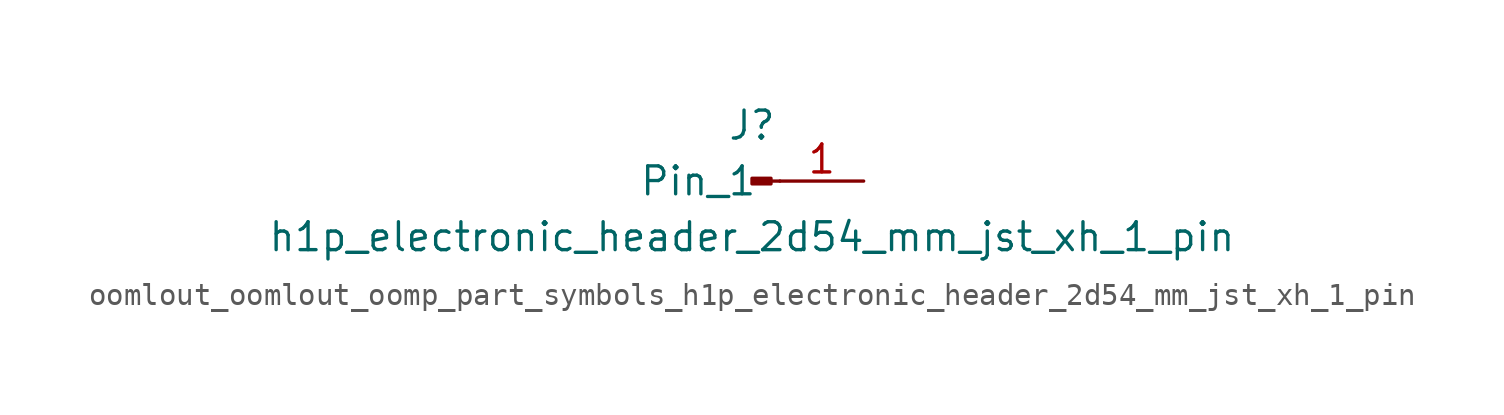
<source format=kicad_sym>
(kicad_symbol_lib
  (version 20220914)
  (generator kicad_symbol_editor)
  (symbol "oomlout_oomlout_oomp_part_symbols_h1p_electronic_header_2d54_mm_jst_xh_1_pin"
    (pin_names
      (offset 1.016))
    (property "Reference" "J"
      (at 0 2.54 0)
      (effects (font (size 1.27 1.27))))
    (property "Value" "h1p_electronic_header_2d54_mm_jst_xh_1_pin"
      (at 0 -2.54 0)
      (effects (font (size 1.27 1.27))))
    (property "ki_locked" ""
      (at 0 0 0)
      (effects (font (size 1.27 1.27))))
    (symbol "oomlout_oomlout_oomp_part_symbols_h1p_electronic_header_2d54_mm_jst_xh_1_pin_1_1"
      (polyline (pts (xy 1.27 0) (xy 0.864 0)) (stroke (width 0.152) (type default)) (fill (type none)))
      (rectangle (start 0.864 0.127) (end 0 -0.127) (stroke (width 0.152) (type default)) (fill (type outline)))
      (pin passive line (at 5.08 0 180) (length 3.81) (name "Pin_1" (effects (font (size 1.27 1.27)))) (number "1" (effects (font (size 1.27 1.27))))))))
</source>
